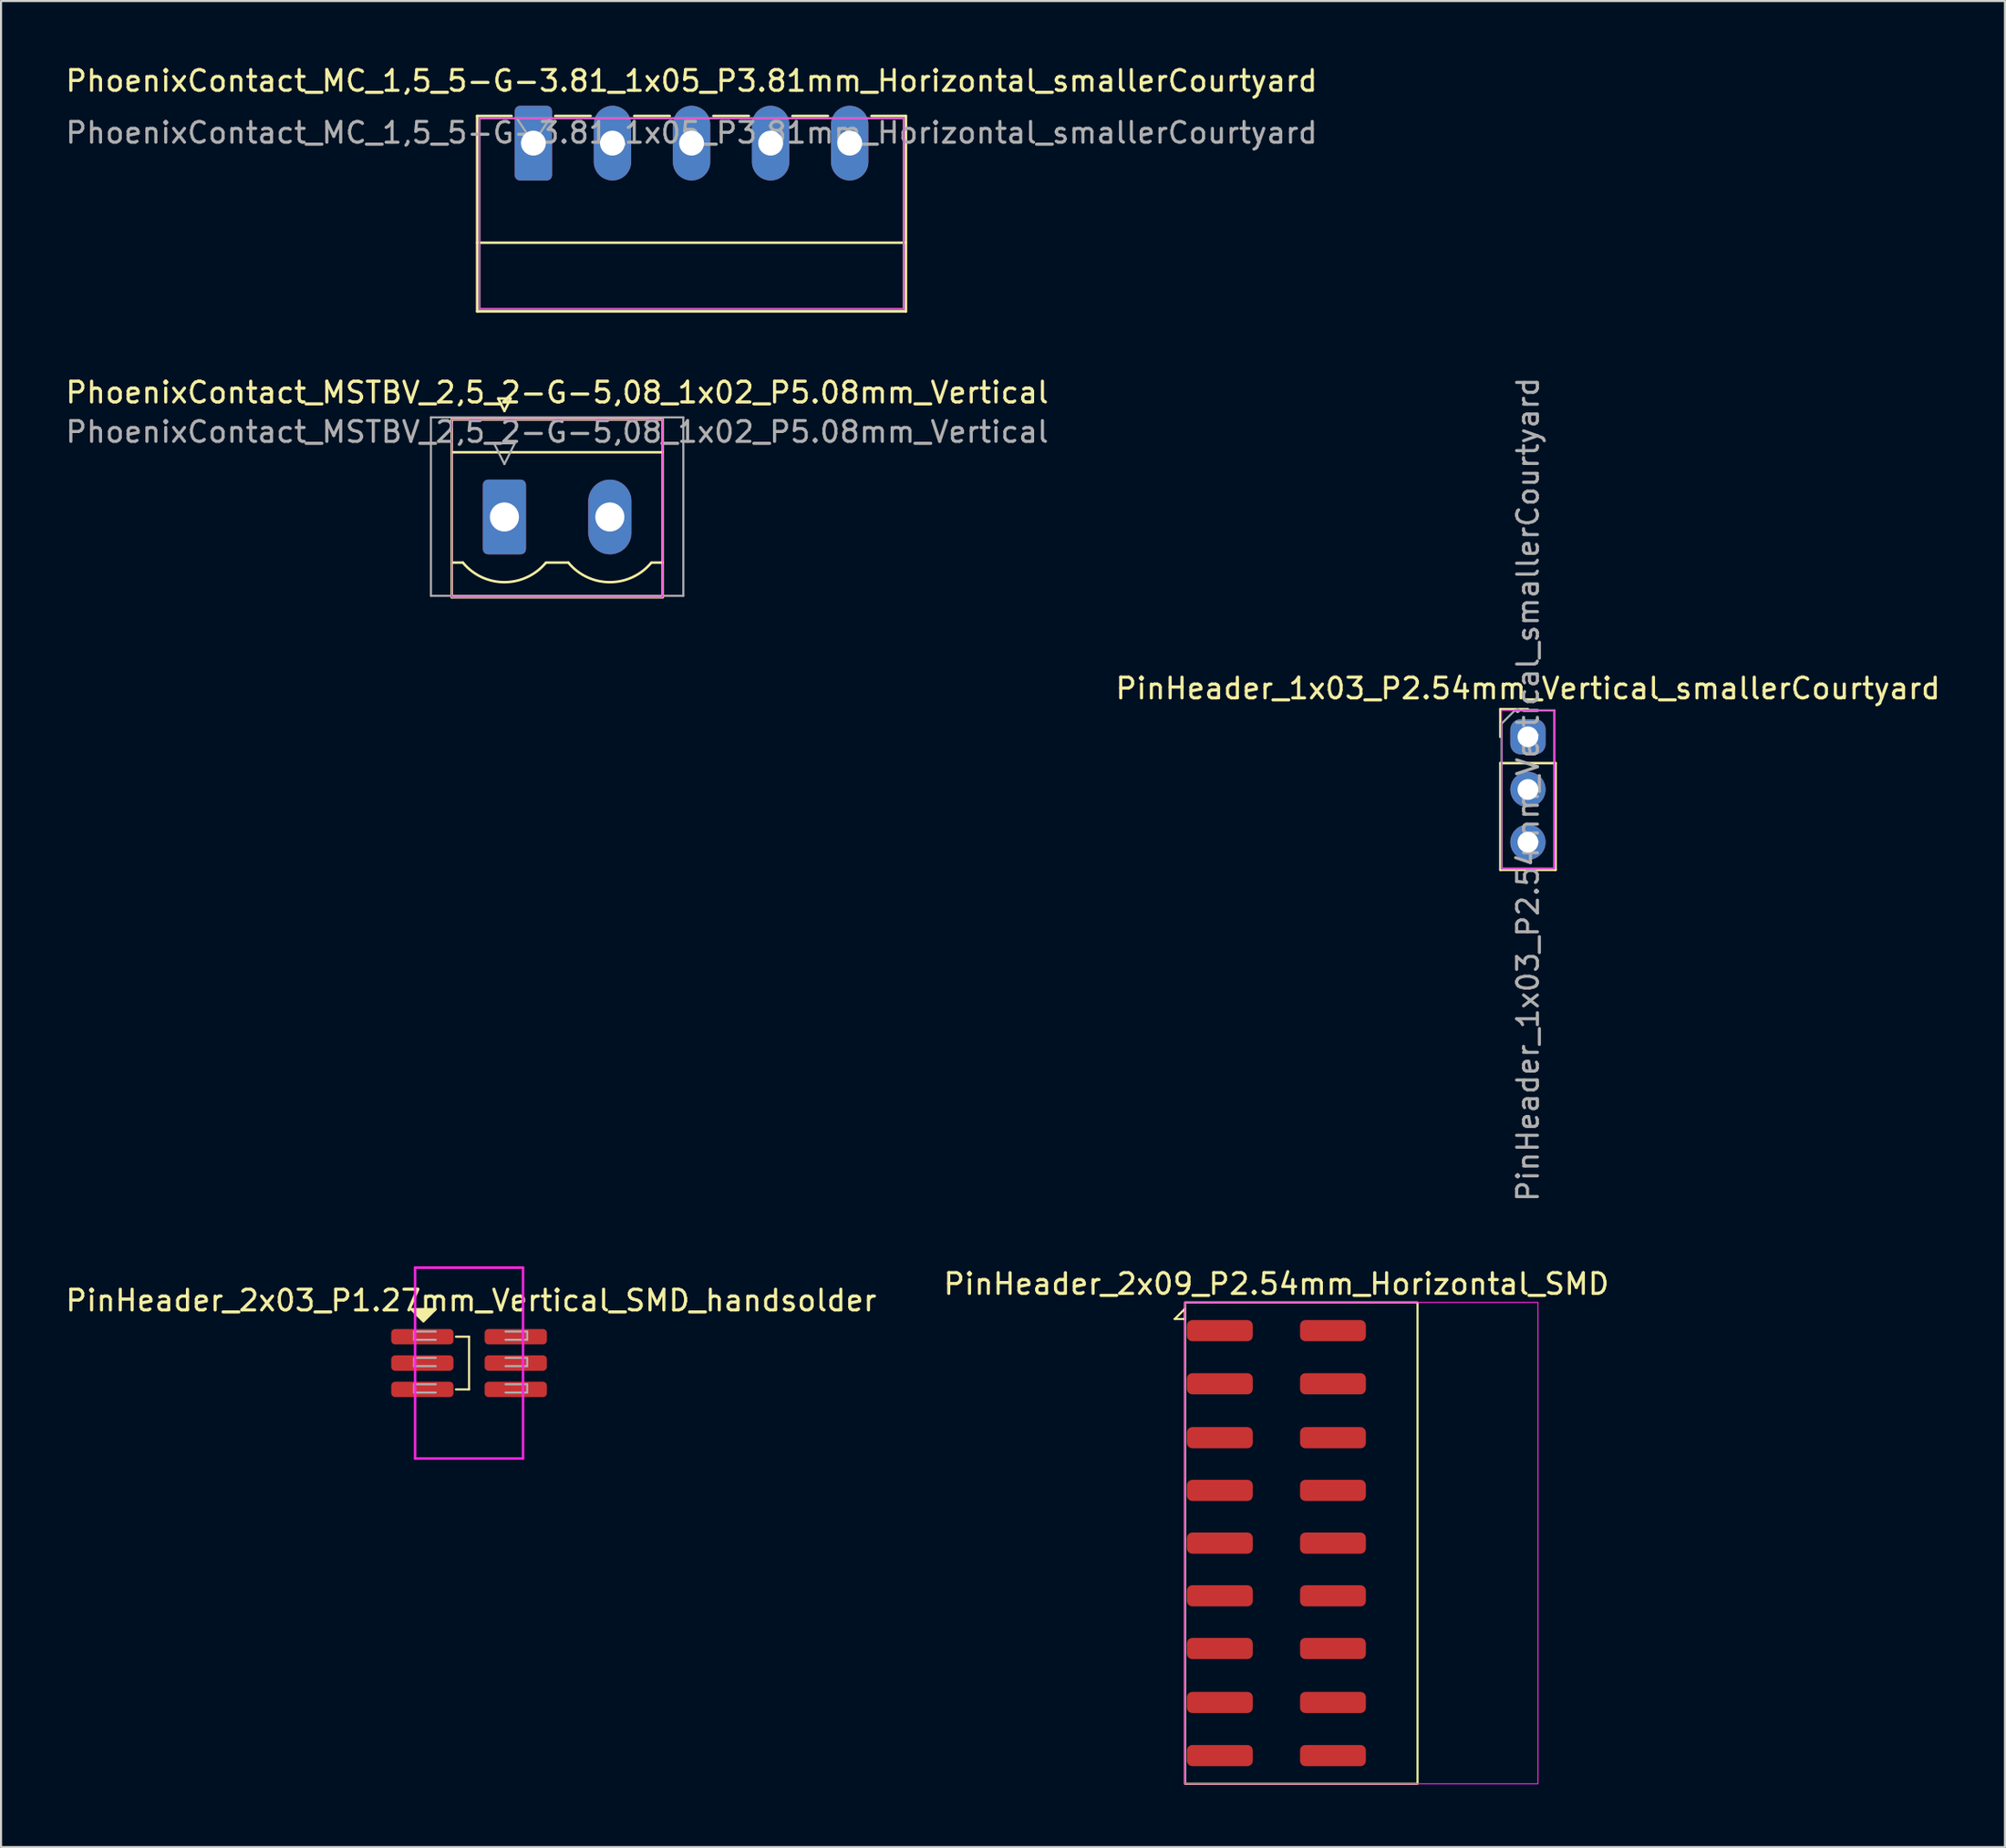
<source format=kicad_pcb>
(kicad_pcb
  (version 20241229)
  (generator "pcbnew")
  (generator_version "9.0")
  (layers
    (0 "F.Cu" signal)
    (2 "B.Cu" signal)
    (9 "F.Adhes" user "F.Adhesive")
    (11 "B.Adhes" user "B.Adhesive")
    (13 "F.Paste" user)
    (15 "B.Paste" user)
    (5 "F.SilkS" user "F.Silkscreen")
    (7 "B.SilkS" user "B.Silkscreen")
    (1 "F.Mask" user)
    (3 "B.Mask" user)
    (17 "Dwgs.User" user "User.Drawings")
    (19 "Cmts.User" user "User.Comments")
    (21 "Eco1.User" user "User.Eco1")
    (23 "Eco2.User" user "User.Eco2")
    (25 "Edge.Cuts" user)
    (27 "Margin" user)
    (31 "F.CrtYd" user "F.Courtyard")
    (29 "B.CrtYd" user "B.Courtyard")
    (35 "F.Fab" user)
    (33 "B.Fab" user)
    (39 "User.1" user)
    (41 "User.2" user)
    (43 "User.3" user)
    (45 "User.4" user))
  (footprint "PhoenixContact_MSTBV_2,5_2-G-5,08_1x02_P5.08mm_Vertical"
    (layer "F.Cu")
    (at 21.252 21.866)
    (property "Reference" "PhoenixContact_MSTBV_2,5_2-G-5,08_1x02_P5.08mm_Vertical" (at 2.54 -6 0) (layer "F.SilkS") (effects (font (size 1 1) (thickness 0.15))))
    (attr through_hole)
    (fp_line (start -2.54 -4.7) (end -2.54 3.87) (stroke (width 0.12) (type solid)) (layer "F.SilkS"))
    (fp_line (start -2.54 -3.12) (end 7.62 -3.12) (stroke (width 0.12) (type solid)) (layer "F.SilkS"))
    (fp_line (start -2.54 3.87) (end 7.62 3.87) (stroke (width 0.12) (type solid)) (layer "F.SilkS"))
    (fp_line (start -2 2.2) (end -2.54 2.2) (stroke (width 0.12) (type solid)) (layer "F.SilkS"))
    (fp_line (start -0.3 -5.71) (end 0.3 -5.71) (stroke (width 0.12) (type solid)) (layer "F.SilkS"))
    (fp_line (start 0 -5.11) (end -0.3 -5.71) (stroke (width 0.12) (type solid)) (layer "F.SilkS"))
    (fp_line (start 0.3 -5.71) (end 0 -5.11) (stroke (width 0.12) (type solid)) (layer "F.SilkS"))
    (fp_line (start 2 2.2) (end 3.08 2.2) (stroke (width 0.12) (type solid)) (layer "F.SilkS"))
    (fp_line (start 7.62 -4.7) (end -2.54 -4.7) (stroke (width 0.12) (type solid)) (layer "F.SilkS"))
    (fp_line (start 7.62 2.2) (end 7.08 2.2) (stroke (width 0.12) (type solid)) (layer "F.SilkS"))
    (fp_line (start 7.62 3.87) (end 7.62 -4.7) (stroke (width 0.12) (type solid)) (layer "F.SilkS"))
    (fp_arc (start 1.986842 2.215821) (mid -0.010289 3.142758) (end -2 2.2) (stroke (width 0.12) (type solid)) (layer "F.SilkS"))
    (fp_arc (start 7.066842 2.215821) (mid 5.069711 3.142758) (end 3.08 2.2) (stroke (width 0.12) (type solid)) (layer "F.SilkS"))
    (fp_line (start -2.54 -4.7) (end -2.54 3.87) (stroke (width 0.05) (type solid)) (layer "F.CrtYd"))
    (fp_line (start -2.54 3.87) (end 7.62 3.87) (stroke (width 0.05) (type solid)) (layer "F.CrtYd"))
    (fp_line (start 7.62 -4.7) (end -2.54 -4.7) (stroke (width 0.05) (type solid)) (layer "F.CrtYd"))
    (fp_line (start 7.62 3.87) (end 7.62 -4.7) (stroke (width 0.05) (type solid)) (layer "F.CrtYd"))
    (fp_line (start -3.54 -4.8) (end -3.54 3.8) (stroke (width 0.1) (type solid)) (layer "F.Fab"))
    (fp_line (start -3.54 3.8) (end 8.62 3.8) (stroke (width 0.1) (type solid)) (layer "F.Fab"))
    (fp_line (start -0.5 -3.55) (end 0.5 -3.55) (stroke (width 0.1) (type solid)) (layer "F.Fab"))
    (fp_line (start 0 -2.55) (end -0.5 -3.55) (stroke (width 0.1) (type solid)) (layer "F.Fab"))
    (fp_line (start 0.5 -3.55) (end 0 -2.55) (stroke (width 0.1) (type solid)) (layer "F.Fab"))
    (fp_line (start 8.62 -4.8) (end -3.54 -4.8) (stroke (width 0.1) (type solid)) (layer "F.Fab"))
    (fp_line (start 8.62 3.8) (end 8.62 -4.8) (stroke (width 0.1) (type solid)) (layer "F.Fab"))
    (fp_text user "${REFERENCE}" (at 2.54 -4.1 0) (layer "F.Fab") (effects (font (size 1 1) (thickness 0.15))))
    (pad "1" thru_hole roundrect (at 0 0) (size 2.08 3.6) (drill 1.4) (layers "*.Cu" "*.Mask") (roundrect_rratio 0.12))
    (pad "2" thru_hole oval (at 5.08 0) (size 2.08 3.6) (drill 1.4) (layers "*.Cu" "*.Mask")))
  (footprint "PhoenixContact_MC_1,5_5-G-3.81_1x05_P3.81mm_Horizontal_smallerCourtyard"
    (layer "F.Cu")
    (at 22.648 3.848)
    (property "Reference" "PhoenixContact_MC_1,5_5-G-3.81_1x05_P3.81mm_Horizontal_smallerCourtyard" (at 7.62 -3 0) (layer "F.SilkS") (effects (font (size 1 1) (thickness 0.15))))
    (attr through_hole)
    (fp_line (start -2.71 -1.31) (end -2.71 8.11) (stroke (width 0.12) (type solid)) (layer "F.SilkS"))
    (fp_line (start -2.71 -1.31) (end -1.05 -1.31) (stroke (width 0.12) (type solid)) (layer "F.SilkS"))
    (fp_line (start -2.71 4.8) (end 17.95 4.8) (stroke (width 0.12) (type solid)) (layer "F.SilkS"))
    (fp_line (start -2.71 8.11) (end 17.95 8.11) (stroke (width 0.12) (type solid)) (layer "F.SilkS"))
    (fp_line (start 1.05 -1.31) (end 2.76 -1.31) (stroke (width 0.12) (type solid)) (layer "F.SilkS"))
    (fp_line (start 4.86 -1.31) (end 6.57 -1.31) (stroke (width 0.12) (type solid)) (layer "F.SilkS"))
    (fp_line (start 8.67 -1.31) (end 10.38 -1.31) (stroke (width 0.12) (type solid)) (layer "F.SilkS"))
    (fp_line (start 12.48 -1.31) (end 14.19 -1.31) (stroke (width 0.12) (type solid)) (layer "F.SilkS"))
    (fp_line (start 17.95 -1.31) (end 16.29 -1.31) (stroke (width 0.12) (type solid)) (layer "F.SilkS"))
    (fp_line (start 17.95 8.11) (end 17.95 -1.31) (stroke (width 0.12) (type solid)) (layer "F.SilkS"))
    (fp_rect (start -2.6 -1.2) (end 17.84 8) (stroke (width 0.05) (type solid)) (fill no) (layer "F.CrtYd"))
    (fp_line (start -2.6 -1.2) (end -2.6 8) (stroke (width 0.1) (type solid)) (layer "F.Fab"))
    (fp_line (start -2.6 8) (end 17.84 8) (stroke (width 0.1) (type solid)) (layer "F.Fab"))
    (fp_line (start 0 0) (end -0.8 -1.2) (stroke (width 0.1) (type solid)) (layer "F.Fab"))
    (fp_line (start 0.8 -1.2) (end 0 0) (stroke (width 0.1) (type solid)) (layer "F.Fab"))
    (fp_line (start 17.84 -1.2) (end -2.6 -1.2) (stroke (width 0.1) (type solid)) (layer "F.Fab"))
    (fp_line (start 17.84 8) (end 17.84 -1.2) (stroke (width 0.1) (type solid)) (layer "F.Fab"))
    (fp_text user "${REFERENCE}" (at 7.62 -0.5 0) (layer "F.Fab") (effects (font (size 1 1) (thickness 0.15))))
    (pad "1" thru_hole roundrect (at 0 0) (size 1.8 3.6) (drill 1.2) (layers "*.Cu" "*.Mask") (roundrect_rratio 0.139))
    (pad "2" thru_hole oval (at 3.81 0) (size 1.8 3.6) (drill 1.2) (layers "*.Cu" "*.Mask"))
    (pad "3" thru_hole oval (at 7.62 0) (size 1.8 3.6) (drill 1.2) (layers "*.Cu" "*.Mask"))
    (pad "4" thru_hole oval (at 11.43 0) (size 1.8 3.6) (drill 1.2) (layers "*.Cu" "*.Mask"))
    (pad "5" thru_hole oval (at 15.24 0) (size 1.8 3.6) (drill 1.2) (layers "*.Cu" "*.Mask")))
  (footprint "PinHeader_2x03_P1.27mm_Vertical_SMD_handsolder"
    (layer "F.Cu")
    (at 19.549 62.643)
    (property "Reference" "PinHeader_2x03_P1.27mm_Vertical_SMD_handsolder" (at 0.1 -3.015 0) (layer "F.SilkS") (effects (font (size 1 1) (thickness 0.15))))
    (attr smd)
    (fp_line (start -0.635 -1.27) (end 0 -1.27) (stroke (width 0.1) (type default)) (layer "F.SilkS"))
    (fp_line (start 0 -1.27) (end 0 1.27) (stroke (width 0.1) (type default)) (layer "F.SilkS"))
    (fp_line (start 0 1.27) (end -0.635 1.27) (stroke (width 0.1) (type default)) (layer "F.SilkS"))
    (fp_poly (pts (xy -2.8 -2.6) (xy -1.6 -2.6) (xy -2.2 -2)) (stroke (width 0.1) (type solid)) (fill yes) (layer "F.SilkS"))
    (fp_line (start -2.6 -4.6) (end 2.6 -4.6) (stroke (width 0.12) (type solid)) (layer "F.CrtYd"))
    (fp_line (start -2.6 4.6) (end -2.6 -4.6) (stroke (width 0.12) (type solid)) (layer "F.CrtYd"))
    (fp_line (start 2.6 -4.6) (end 2.6 4.6) (stroke (width 0.12) (type solid)) (layer "F.CrtYd"))
    (fp_line (start 2.6 4.6) (end -2.6 4.6) (stroke (width 0.12) (type solid)) (layer "F.CrtYd"))
    (fp_line (start -2.65 -1.52) (end -2.65 -1.12) (stroke (width 0.1) (type solid)) (layer "F.Fab"))
    (fp_line (start -2.65 -1.12) (end -1.605 -1.12) (stroke (width 0.1) (type solid)) (layer "F.Fab"))
    (fp_line (start -2.65 -0.25) (end -2.65 0.15) (stroke (width 0.1) (type solid)) (layer "F.Fab"))
    (fp_line (start -2.65 0.15) (end -1.605 0.15) (stroke (width 0.1) (type solid)) (layer "F.Fab"))
    (fp_line (start -2.65 1.02) (end -2.65 1.42) (stroke (width 0.1) (type solid)) (layer "F.Fab"))
    (fp_line (start -2.65 1.42) (end -1.605 1.42) (stroke (width 0.1) (type solid)) (layer "F.Fab"))
    (fp_line (start -1.605 -1.52) (end -2.65 -1.52) (stroke (width 0.1) (type solid)) (layer "F.Fab"))
    (fp_line (start -1.605 -0.25) (end -2.65 -0.25) (stroke (width 0.1) (type solid)) (layer "F.Fab"))
    (fp_line (start -1.605 1.02) (end -2.65 1.02) (stroke (width 0.1) (type solid)) (layer "F.Fab"))
    (fp_line (start 1.755 -1.52) (end 2.8 -1.52) (stroke (width 0.1) (type solid)) (layer "F.Fab"))
    (fp_line (start 1.755 -0.25) (end 2.8 -0.25) (stroke (width 0.1) (type solid)) (layer "F.Fab"))
    (fp_line (start 1.755 1.02) (end 2.8 1.02) (stroke (width 0.1) (type solid)) (layer "F.Fab"))
    (fp_line (start 2.8 -1.52) (end 2.8 -1.12) (stroke (width 0.1) (type solid)) (layer "F.Fab"))
    (fp_line (start 2.8 -1.12) (end 1.755 -1.12) (stroke (width 0.1) (type solid)) (layer "F.Fab"))
    (fp_line (start 2.8 -0.25) (end 2.8 0.15) (stroke (width 0.1) (type solid)) (layer "F.Fab"))
    (fp_line (start 2.8 0.15) (end 1.755 0.15) (stroke (width 0.1) (type solid)) (layer "F.Fab"))
    (fp_line (start 2.8 1.02) (end 2.8 1.42) (stroke (width 0.1) (type solid)) (layer "F.Fab"))
    (fp_line (start 2.8 1.42) (end 1.755 1.42) (stroke (width 0.1) (type solid)) (layer "F.Fab"))
    (pad "1" smd roundrect (at -2.25 -1.27) (size 3 0.74) (layers "F.Cu" "F.Mask" "F.Paste") (roundrect_rratio 0.25))
    (pad "2" smd roundrect (at 2.25 -1.27) (size 3 0.74) (layers "F.Cu" "F.Mask" "F.Paste") (roundrect_rratio 0.25))
    (pad "3" smd roundrect (at -2.25 0) (size 3 0.74) (layers "F.Cu" "F.Mask" "F.Paste") (roundrect_rratio 0.25))
    (pad "4" smd roundrect (at 2.25 0) (size 3 0.74) (layers "F.Cu" "F.Mask" "F.Paste") (roundrect_rratio 0.25))
    (pad "5" smd roundrect (at -2.25 1.27) (size 3 0.74) (layers "F.Cu" "F.Mask" "F.Paste") (roundrect_rratio 0.25))
    (pad "6" smd roundrect (at 2.25 1.27) (size 3 0.74) (layers "F.Cu" "F.Mask" "F.Paste") (roundrect_rratio 0.25)))
  (footprint "PinHeader_1x03_P2.54mm_Vertical_smallerCourtyard"
    (layer "F.Cu")
    (at 70.565 32.46)
    (property "Reference" "PinHeader_1x03_P2.54mm_Vertical_smallerCourtyard" (at 0 -2.33 180) (layer "F.SilkS") (effects (font (size 1 1) (thickness 0.15))))
    (attr through_hole exclude_from_pos_files)
    (fp_line (start -1.33 -1.33) (end 0 -1.33) (stroke (width 0.12) (type solid)) (layer "F.SilkS"))
    (fp_line (start -1.33 0) (end -1.33 -1.33) (stroke (width 0.12) (type solid)) (layer "F.SilkS"))
    (fp_line (start -1.33 1.27) (end -1.33 6.41) (stroke (width 0.12) (type solid)) (layer "F.SilkS"))
    (fp_line (start -1.33 1.27) (end 1.33 1.27) (stroke (width 0.12) (type solid)) (layer "F.SilkS"))
    (fp_line (start -1.33 6.41) (end 1.33 6.41) (stroke (width 0.12) (type solid)) (layer "F.SilkS"))
    (fp_line (start 1.33 1.27) (end 1.33 6.41) (stroke (width 0.12) (type solid)) (layer "F.SilkS"))
    (fp_rect (start -1.27 -1.27) (end 1.27 6.35) (stroke (width 0.05) (type default)) (fill no) (layer "F.CrtYd"))
    (fp_line (start -1.27 -0.635) (end -0.635 -1.27) (stroke (width 0.1) (type solid)) (layer "F.Fab"))
    (fp_line (start -1.27 6.35) (end -1.27 -0.635) (stroke (width 0.1) (type solid)) (layer "F.Fab"))
    (fp_line (start -0.635 -1.27) (end 1.27 -1.27) (stroke (width 0.1) (type solid)) (layer "F.Fab"))
    (fp_line (start 1.27 -1.27) (end 1.27 6.35) (stroke (width 0.1) (type solid)) (layer "F.Fab"))
    (fp_line (start 1.27 6.35) (end -1.27 6.35) (stroke (width 0.1) (type solid)) (layer "F.Fab"))
    (fp_text user "${REFERENCE}" (at 0 2.54 270) (layer "F.Fab") (effects (font (size 1 1) (thickness 0.15))))
    (pad "1" thru_hole roundrect (at 0 0) (size 1.7 1.7) (drill 1) (layers "*.Cu" "*.Mask") (roundrect_rratio 0.294))
    (pad "2" thru_hole oval (at 0 2.54) (size 1.7 1.7) (drill 1) (layers "*.Cu" "*.Mask"))
    (pad "3" thru_hole oval (at 0 5.08) (size 1.7 1.7) (drill 1) (layers "*.Cu" "*.Mask")))
  (footprint "PinHeader_2x09_P2.54mm_Horizontal_SMD"
    (layer "F.Cu")
    (at 58.446 71.321)
    (property "Reference" "PinHeader_2x09_P2.54mm_Horizontal_SMD" (at 0 -12.49 0) (layer "F.SilkS") (effects (font (size 1 1) (thickness 0.15))))
    (attr smd)
    (fp_line (start -4.9 -10.8) (end -4.4 -11.3) (stroke (width 0.1) (type default)) (layer "F.SilkS"))
    (fp_line (start -4.4 -11.3) (end -4.4 -10.8) (stroke (width 0.1) (type default)) (layer "F.SilkS"))
    (fp_line (start -4.4 -10.8) (end -4.9 -10.8) (stroke (width 0.1) (type default)) (layer "F.SilkS"))
    (fp_rect (start -4.4 -11.6) (end 6.8 11.6) (stroke (width 0.1) (type default)) (fill no) (layer "F.SilkS"))
    (fp_rect (start -4.4 -11.6) (end 12.6 11.6) (stroke (width 0.05) (type default)) (fill no) (layer "F.CrtYd"))
    (pad "1" smd roundrect (at -2.725 -10.24) (size 3.17 1.02) (layers "F.Cu" "F.Mask" "F.Paste") (roundrect_rratio 0.25))
    (pad "2" smd roundrect (at 2.725 -10.24) (size 3.17 1.02) (layers "F.Cu" "F.Mask" "F.Paste") (roundrect_rratio 0.25))
    (pad "3" smd roundrect (at -2.725 -7.68) (size 3.17 1.02) (layers "F.Cu" "F.Mask" "F.Paste") (roundrect_rratio 0.25))
    (pad "4" smd roundrect (at 2.725 -7.68) (size 3.17 1.02) (layers "F.Cu" "F.Mask" "F.Paste") (roundrect_rratio 0.25))
    (pad "5" smd roundrect (at -2.725 -5.08) (size 3.17 1.02) (layers "F.Cu" "F.Mask" "F.Paste") (roundrect_rratio 0.25))
    (pad "6" smd roundrect (at 2.725 -5.08) (size 3.17 1.02) (layers "F.Cu" "F.Mask" "F.Paste") (roundrect_rratio 0.25))
    (pad "7" smd roundrect (at -2.725 -2.54) (size 3.17 1.02) (layers "F.Cu" "F.Mask" "F.Paste") (roundrect_rratio 0.25))
    (pad "8" smd roundrect (at 2.725 -2.54) (size 3.17 1.02) (layers "F.Cu" "F.Mask" "F.Paste") (roundrect_rratio 0.25))
    (pad "9" smd roundrect (at -2.725 0) (size 3.17 1.02) (layers "F.Cu" "F.Mask" "F.Paste") (roundrect_rratio 0.25))
    (pad "10" smd roundrect (at 2.725 0) (size 3.17 1.02) (layers "F.Cu" "F.Mask" "F.Paste") (roundrect_rratio 0.25))
    (pad "11" smd roundrect (at -2.725 2.54) (size 3.17 1.02) (layers "F.Cu" "F.Mask" "F.Paste") (roundrect_rratio 0.25))
    (pad "12" smd roundrect (at 2.725 2.54) (size 3.17 1.02) (layers "F.Cu" "F.Mask" "F.Paste") (roundrect_rratio 0.25))
    (pad "13" smd roundrect (at -2.725 5.08) (size 3.17 1.02) (layers "F.Cu" "F.Mask" "F.Paste") (roundrect_rratio 0.25))
    (pad "14" smd roundrect (at 2.725 5.08) (size 3.17 1.02) (layers "F.Cu" "F.Mask" "F.Paste") (roundrect_rratio 0.25))
    (pad "15" smd roundrect (at -2.725 7.68) (size 3.17 1.02) (layers "F.Cu" "F.Mask" "F.Paste") (roundrect_rratio 0.25))
    (pad "16" smd roundrect (at 2.725 7.68) (size 3.17 1.02) (layers "F.Cu" "F.Mask" "F.Paste") (roundrect_rratio 0.25))
    (pad "17" smd roundrect (at -2.725 10.24) (size 3.17 1.02) (layers "F.Cu" "F.Mask" "F.Paste") (roundrect_rratio 0.25))
    (pad "18" smd roundrect (at 2.725 10.24) (size 3.17 1.02) (layers "F.Cu" "F.Mask" "F.Paste") (roundrect_rratio 0.25)))
  (gr_rect
    (start -3 -3)
    (end 93.548 85.971)
    (stroke (width 0.1) (type default))
    (fill no)
    (layer "Edge.Cuts")))
</source>
